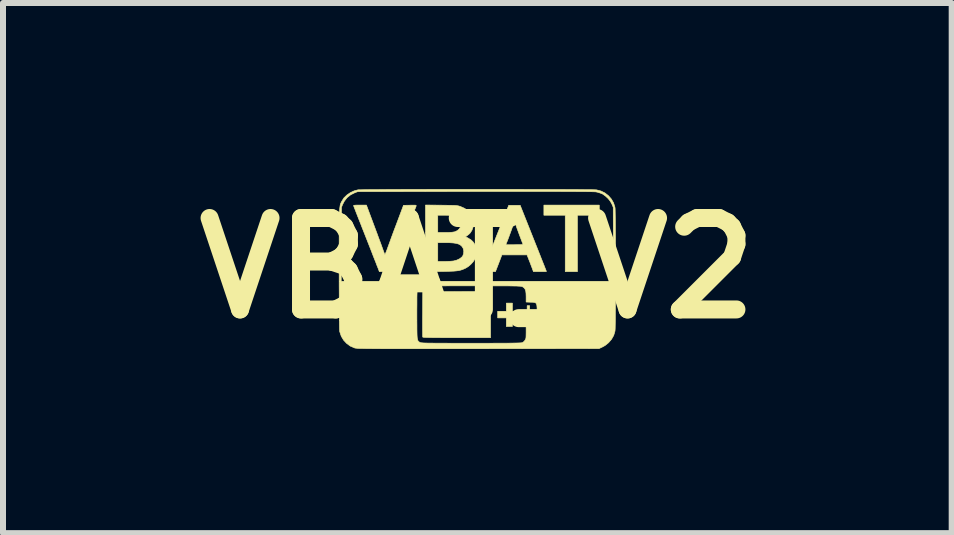
<source format=kicad_pcb>
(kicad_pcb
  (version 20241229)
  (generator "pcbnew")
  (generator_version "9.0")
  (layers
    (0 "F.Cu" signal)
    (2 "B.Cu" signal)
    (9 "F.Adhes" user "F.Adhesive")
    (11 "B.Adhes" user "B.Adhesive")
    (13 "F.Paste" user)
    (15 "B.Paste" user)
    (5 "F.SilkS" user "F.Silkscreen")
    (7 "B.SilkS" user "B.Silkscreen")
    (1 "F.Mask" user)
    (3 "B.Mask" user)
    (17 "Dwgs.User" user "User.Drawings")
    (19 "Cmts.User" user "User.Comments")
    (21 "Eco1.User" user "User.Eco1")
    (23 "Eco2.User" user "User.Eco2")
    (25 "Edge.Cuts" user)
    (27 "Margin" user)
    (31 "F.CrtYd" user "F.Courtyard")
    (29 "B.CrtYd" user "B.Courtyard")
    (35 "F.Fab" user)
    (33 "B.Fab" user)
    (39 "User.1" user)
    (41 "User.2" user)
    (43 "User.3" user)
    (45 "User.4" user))
  (footprint "VBAT_V2"
    (layer "F.Cu")
    (at 4.906 1.418)
    (property "Reference" "VBAT_V2" (at 0 0 0) (layer "F.SilkS") (effects (font (size 1.524 1.524) (thickness 0.3))))
    (attr through_hole)
    (fp_poly (pts (xy 2.032 -0.881) (xy 1.668 -0.881) (xy 1.668 0.059) (xy 1.465 0.059) (xy 1.465 -0.881) (xy 1.109 -0.881) (xy 1.109 -1.05) (xy 2.032 -1.05) (xy 2.032 -0.881)) (stroke (width 0.01) (type solid)) (fill yes) (layer "F.SilkS"))
    (fp_poly (pts (xy 0.584 0.72) (xy 0.728 0.72) (xy 0.728 0.83) (xy 0.584 0.83) (xy 0.584 0.974) (xy 0.483 0.974) (xy 0.483 0.83) (xy 0.339 0.83) (xy 0.339 0.72) (xy 0.483 0.72) (xy 0.483 0.584) (xy 0.584 0.584) (xy 0.584 0.72)) (stroke (width 0.01) (type solid)) (fill yes) (layer "F.SilkS"))
    (fp_poly (pts (xy 0.87 0.777) (xy 0.869 0.831) (xy 0.868 0.87) (xy 0.867 0.897) (xy 0.865 0.914) (xy 0.861 0.923) (xy 0.857 0.928) (xy 0.85 0.93) (xy 0.849 0.93) (xy 0.83 0.933) (xy 0.83 0.627) (xy 0.872 0.627) (xy 0.87 0.777)) (stroke (width 0.01) (type solid)) (fill yes) (layer "F.SilkS"))
    (fp_poly (pts (xy 0.22 1.16) (xy -0.343 1.16) (xy -0.459 1.16) (xy -0.56 1.16) (xy -0.645 1.159) (xy -0.716 1.159) (xy -0.775 1.158) (xy -0.821 1.157) (xy -0.857 1.156) (xy -0.883 1.155) (xy -0.9 1.153) (xy -0.908 1.151) (xy -0.911 1.149) (xy -0.911 1.139) (xy -0.912 1.113) (xy -0.912 1.074) (xy -0.913 1.024) (xy -0.913 0.963) (xy -0.913 0.895) (xy -0.913 0.82) (xy -0.912 0.766) (xy -0.91 0.394) (xy -0.345 0.392) (xy 0.22 0.389) (xy 0.22 1.16)) (stroke (width 0.01) (type solid)) (fill yes) (layer "F.SilkS"))
    (fp_poly (pts (xy -1.725 -0.718) (xy -1.697 -0.643) (xy -1.67 -0.571) (xy -1.645 -0.502) (xy -1.622 -0.441) (xy -1.602 -0.387) (xy -1.587 -0.345) (xy -1.576 -0.315) (xy -1.574 -0.309) (xy -1.562 -0.275) (xy -1.551 -0.248) (xy -1.544 -0.23) (xy -1.541 -0.226) (xy -1.537 -0.232) (xy -1.528 -0.251) (xy -1.516 -0.28) (xy -1.501 -0.319) (xy -1.492 -0.345) (xy -1.478 -0.383) (xy -1.459 -0.435) (xy -1.437 -0.496) (xy -1.412 -0.564) (xy -1.385 -0.637) (xy -1.357 -0.71) (xy -1.339 -0.758) (xy -1.231 -1.046) (xy -1.123 -1.048) (xy -1.079 -1.049) (xy -1.048 -1.049) (xy -1.03 -1.048) (xy -1.021 -1.045) (xy -1.019 -1.04) (xy -1.02 -1.035) (xy -1.023 -1.025) (xy -1.033 -1) (xy -1.048 -0.963) (xy -1.067 -0.913) (xy -1.09 -0.853) (xy -1.117 -0.784) (xy -1.148 -0.707) (xy -1.18 -0.623) (xy -1.215 -0.535) (xy -1.235 -0.483) (xy -1.446 0.055) (xy -1.633 0.06) (xy -1.658 -0.006) (xy -1.665 -0.023) (xy -1.677 -0.053) (xy -1.693 -0.096) (xy -1.714 -0.148) (xy -1.738 -0.209) (xy -1.764 -0.277) (xy -1.793 -0.351) (xy -1.823 -0.427) (xy -1.854 -0.506) (xy -1.885 -0.585) (xy -1.916 -0.663) (xy -1.945 -0.738) (xy -1.973 -0.808) (xy -1.998 -0.872) (xy -2.02 -0.928) (xy -2.038 -0.975) (xy -2.052 -1.01) (xy -2.06 -1.032) (xy -2.063 -1.039) (xy -2.061 -1.044) (xy -2.049 -1.047) (xy -2.026 -1.049) (xy -1.989 -1.05) (xy -1.958 -1.05) (xy -1.849 -1.05) (xy -1.725 -0.718)) (stroke (width 0.01) (type solid)) (fill yes) (layer "F.SilkS"))
    (fp_poly (pts (xy 0.933 -0.495) (xy 0.969 -0.404) (xy 1.004 -0.317) (xy 1.036 -0.236) (xy 1.065 -0.162) (xy 1.091 -0.097) (xy 1.113 -0.042) (xy 1.13 0.002) (xy 1.143 0.034) (xy 1.15 0.053) (xy 1.151 0.057) (xy 1.144 0.058) (xy 1.122 0.059) (xy 1.09 0.059) (xy 1.05 0.059) (xy 1.043 0.059) (xy 0.935 0.059) (xy 0.923 0.028) (xy 0.916 0.008) (xy 0.904 -0.024) (xy 0.889 -0.063) (xy 0.873 -0.106) (xy 0.87 -0.112) (xy 0.828 -0.22) (xy 0.409 -0.22) (xy 0.356 -0.08) (xy 0.302 0.059) (xy 0.194 0.059) (xy 0.153 0.059) (xy 0.119 0.059) (xy 0.095 0.058) (xy 0.085 0.057) (xy 0.085 0.057) (xy 0.088 0.049) (xy 0.097 0.027) (xy 0.111 -0.009) (xy 0.13 -0.057) (xy 0.153 -0.115) (xy 0.18 -0.183) (xy 0.21 -0.258) (xy 0.243 -0.341) (xy 0.262 -0.389) (xy 0.474 -0.389) (xy 0.619 -0.389) (xy 0.672 -0.39) (xy 0.71 -0.39) (xy 0.735 -0.391) (xy 0.75 -0.393) (xy 0.757 -0.396) (xy 0.759 -0.401) (xy 0.758 -0.404) (xy 0.747 -0.432) (xy 0.732 -0.472) (xy 0.714 -0.519) (xy 0.695 -0.57) (xy 0.677 -0.619) (xy 0.661 -0.662) (xy 0.649 -0.696) (xy 0.648 -0.701) (xy 0.636 -0.732) (xy 0.626 -0.756) (xy 0.618 -0.769) (xy 0.617 -0.77) (xy 0.61 -0.764) (xy 0.61 -0.762) (xy 0.607 -0.751) (xy 0.599 -0.728) (xy 0.588 -0.694) (xy 0.574 -0.654) (xy 0.558 -0.609) (xy 0.541 -0.563) (xy 0.525 -0.519) (xy 0.51 -0.479) (xy 0.497 -0.446) (xy 0.492 -0.434) (xy 0.474 -0.389) (xy 0.262 -0.389) (xy 0.278 -0.429) (xy 0.304 -0.495) (xy 0.523 -1.046) (xy 0.714 -1.046) (xy 0.933 -0.495)) (stroke (width 0.01) (type solid)) (fill yes) (layer "F.SilkS"))
    (fp_poly (pts (xy -0.599 -1.048) (xy -0.524 -1.047) (xy -0.465 -1.046) (xy -0.417 -1.045) (xy -0.381 -1.044) (xy -0.352 -1.042) (xy -0.331 -1.039) (xy -0.313 -1.036) (xy -0.297 -1.031) (xy -0.281 -1.026) (xy -0.209 -0.993) (xy -0.151 -0.952) (xy -0.107 -0.903) (xy -0.079 -0.846) (xy -0.065 -0.781) (xy -0.064 -0.754) (xy -0.07 -0.686) (xy -0.091 -0.628) (xy -0.124 -0.579) (xy -0.163 -0.546) (xy -0.197 -0.523) (xy -0.151 -0.498) (xy -0.106 -0.47) (xy -0.073 -0.439) (xy -0.047 -0.402) (xy -0.037 -0.383) (xy -0.026 -0.359) (xy -0.02 -0.338) (xy -0.017 -0.314) (xy -0.018 -0.282) (xy -0.018 -0.264) (xy -0.022 -0.218) (xy -0.029 -0.181) (xy -0.041 -0.15) (xy -0.042 -0.148) (xy -0.07 -0.105) (xy -0.109 -0.062) (xy -0.154 -0.024) (xy -0.197 0.002) (xy -0.225 0.015) (xy -0.253 0.026) (xy -0.281 0.035) (xy -0.312 0.042) (xy -0.349 0.047) (xy -0.393 0.051) (xy -0.447 0.053) (xy -0.513 0.055) (xy -0.593 0.057) (xy -0.607 0.057) (xy -0.864 0.061) (xy -0.864 -0.423) (xy -0.66 -0.423) (xy -0.66 -0.11) (xy -0.552 -0.11) (xy -0.505 -0.111) (xy -0.459 -0.113) (xy -0.42 -0.116) (xy -0.393 -0.119) (xy -0.342 -0.133) (xy -0.297 -0.154) (xy -0.262 -0.18) (xy -0.244 -0.201) (xy -0.23 -0.239) (xy -0.226 -0.283) (xy -0.235 -0.324) (xy -0.242 -0.339) (xy -0.261 -0.366) (xy -0.285 -0.386) (xy -0.315 -0.401) (xy -0.354 -0.412) (xy -0.404 -0.419) (xy -0.467 -0.423) (xy -0.53 -0.423) (xy -0.66 -0.423) (xy -0.864 -0.423) (xy -0.864 -0.881) (xy -0.66 -0.881) (xy -0.66 -0.593) (xy -0.539 -0.593) (xy -0.474 -0.594) (xy -0.423 -0.597) (xy -0.386 -0.603) (xy -0.375 -0.605) (xy -0.331 -0.626) (xy -0.299 -0.656) (xy -0.279 -0.693) (xy -0.271 -0.734) (xy -0.278 -0.775) (xy -0.298 -0.815) (xy -0.312 -0.83) (xy -0.333 -0.848) (xy -0.358 -0.861) (xy -0.389 -0.87) (xy -0.429 -0.876) (xy -0.48 -0.88) (xy -0.546 -0.881) (xy -0.66 -0.881) (xy -0.864 -0.881) (xy -0.864 -1.051) (xy -0.599 -1.048)) (stroke (width 0.01) (type solid)) (fill yes) (layer "F.SilkS"))
    (fp_poly (pts (xy 0.122 -1.312) (xy 0.281 -1.312) (xy 0.439 -1.312) (xy 0.595 -1.312) (xy 0.747 -1.312) (xy 0.894 -1.311) (xy 1.037 -1.311) (xy 1.172 -1.311) (xy 1.301 -1.31) (xy 1.422 -1.31) (xy 1.533 -1.309) (xy 1.635 -1.309) (xy 1.725 -1.308) (xy 1.804 -1.307) (xy 1.87 -1.307) (xy 1.922 -1.306) (xy 1.959 -1.305) (xy 1.981 -1.304) (xy 1.985 -1.304) (xy 2.059 -1.285) (xy 2.126 -1.252) (xy 2.185 -1.206) (xy 2.234 -1.15) (xy 2.271 -1.085) (xy 2.294 -1.013) (xy 2.294 -1.008) (xy 2.296 -0.993) (xy 2.297 -0.962) (xy 2.298 -0.916) (xy 2.299 -0.858) (xy 2.3 -0.788) (xy 2.301 -0.708) (xy 2.301 -0.618) (xy 2.302 -0.521) (xy 2.302 -0.417) (xy 2.303 -0.309) (xy 2.303 -0.196) (xy 2.303 -0.081) (xy 2.303 0.035) (xy 2.303 0.151) (xy 2.303 0.266) (xy 2.303 0.377) (xy 2.302 0.485) (xy 2.302 0.587) (xy 2.301 0.683) (xy 2.3 0.77) (xy 2.3 0.848) (xy 2.299 0.916) (xy 2.298 0.971) (xy 2.297 1.013) (xy 2.295 1.041) (xy 2.294 1.051) (xy 2.273 1.122) (xy 2.236 1.187) (xy 2.187 1.244) (xy 2.127 1.292) (xy 2.085 1.315) (xy 2.028 1.342) (xy 0.013 1.344) (xy -0.206 1.344) (xy -0.408 1.344) (xy -0.594 1.344) (xy -0.766 1.344) (xy -0.923 1.344) (xy -1.066 1.344) (xy -1.197 1.344) (xy -1.315 1.344) (xy -1.421 1.344) (xy -1.516 1.344) (xy -1.6 1.344) (xy -1.675 1.343) (xy -1.741 1.343) (xy -1.798 1.342) (xy -1.847 1.342) (xy -1.889 1.341) (xy -1.924 1.34) (xy -1.954 1.34) (xy -1.978 1.339) (xy -1.997 1.338) (xy -2.013 1.336) (xy -2.025 1.335) (xy -2.034 1.334) (xy -2.042 1.332) (xy -2.048 1.331) (xy -2.049 1.33) (xy -2.118 1.3) (xy -2.179 1.255) (xy -2.23 1.2) (xy -2.268 1.136) (xy -2.292 1.065) (xy -2.294 1.06) (xy -2.295 1.046) (xy -2.297 1.019) (xy -2.298 0.978) (xy -2.299 0.925) (xy -2.3 0.857) (xy -2.301 0.775) (xy -2.301 0.772) (xy -1.008 0.772) (xy -1.008 0.869) (xy -1.007 0.951) (xy -1.007 1.018) (xy -1.006 1.073) (xy -1.005 1.117) (xy -1.003 1.151) (xy -1 1.177) (xy -0.995 1.196) (xy -0.99 1.21) (xy -0.983 1.22) (xy -0.975 1.227) (xy -0.965 1.234) (xy -0.958 1.239) (xy -0.953 1.241) (xy -0.946 1.243) (xy -0.935 1.245) (xy -0.92 1.246) (xy -0.899 1.248) (xy -0.872 1.249) (xy -0.837 1.25) (xy -0.794 1.251) (xy -0.741 1.251) (xy -0.678 1.252) (xy -0.603 1.252) (xy -0.516 1.252) (xy -0.415 1.253) (xy -0.3 1.253) (xy -0.17 1.253) (xy -0.102 1.253) (xy 0.043 1.253) (xy 0.171 1.253) (xy 0.283 1.252) (xy 0.382 1.252) (xy 0.466 1.252) (xy 0.538 1.251) (xy 0.598 1.25) (xy 0.647 1.249) (xy 0.686 1.248) (xy 0.715 1.247) (xy 0.735 1.245) (xy 0.748 1.244) (xy 0.753 1.242) (xy 0.772 1.228) (xy 0.791 1.207) (xy 0.793 1.203) (xy 0.802 1.189) (xy 0.808 1.173) (xy 0.811 1.153) (xy 0.812 1.124) (xy 0.813 1.082) (xy 0.813 1.078) (xy 0.813 0.982) (xy 0.888 0.982) (xy 0.925 0.982) (xy 0.948 0.98) (xy 0.963 0.976) (xy 0.973 0.969) (xy 0.982 0.959) (xy 0.988 0.951) (xy 0.993 0.941) (xy 0.996 0.928) (xy 0.998 0.909) (xy 0.998 0.881) (xy 0.998 0.842) (xy 0.998 0.79) (xy 0.997 0.769) (xy 0.996 0.706) (xy 0.995 0.659) (xy 0.992 0.624) (xy 0.986 0.6) (xy 0.976 0.584) (xy 0.961 0.576) (xy 0.941 0.571) (xy 0.912 0.569) (xy 0.889 0.569) (xy 0.813 0.566) (xy 0.813 0.475) (xy 0.811 0.421) (xy 0.806 0.38) (xy 0.795 0.351) (xy 0.778 0.329) (xy 0.754 0.312) (xy 0.753 0.312) (xy 0.748 0.309) (xy 0.741 0.307) (xy 0.731 0.305) (xy 0.719 0.303) (xy 0.702 0.302) (xy 0.679 0.301) (xy 0.65 0.299) (xy 0.613 0.299) (xy 0.567 0.298) (xy 0.512 0.297) (xy 0.447 0.297) (xy 0.369 0.297) (xy 0.279 0.297) (xy 0.176 0.296) (xy 0.057 0.296) (xy -0.077 0.296) (xy -0.095 0.296) (xy -0.235 0.296) (xy -0.358 0.296) (xy -0.466 0.296) (xy -0.561 0.297) (xy -0.642 0.297) (xy -0.712 0.298) (xy -0.771 0.299) (xy -0.82 0.3) (xy -0.86 0.301) (xy -0.892 0.303) (xy -0.918 0.306) (xy -0.937 0.309) (xy -0.952 0.313) (xy -0.963 0.317) (xy -0.971 0.322) (xy -0.977 0.328) (xy -0.983 0.335) (xy -0.989 0.342) (xy -0.989 0.343) (xy -0.993 0.349) (xy -0.997 0.355) (xy -1 0.363) (xy -1.002 0.375) (xy -1.004 0.392) (xy -1.005 0.416) (xy -1.006 0.448) (xy -1.007 0.489) (xy -1.007 0.542) (xy -1.007 0.607) (xy -1.008 0.686) (xy -1.008 0.772) (xy -2.301 0.772) (xy -2.301 0.678) (xy -2.302 0.566) (xy -2.302 0.439) (xy -2.303 0.296) (xy -2.303 0.22) (xy -2.269 0.22) (xy 2.27 0.22) (xy 2.267 -0.396) (xy 2.265 -1.012) (xy 2.245 -1.061) (xy 2.219 -1.109) (xy 2.182 -1.157) (xy 2.137 -1.199) (xy 2.091 -1.232) (xy 2.082 -1.237) (xy 2.046 -1.251) (xy 2.004 -1.264) (xy 1.975 -1.27) (xy 1.96 -1.271) (xy 1.93 -1.272) (xy 1.885 -1.273) (xy 1.824 -1.274) (xy 1.748 -1.275) (xy 1.657 -1.275) (xy 1.549 -1.276) (xy 1.426 -1.276) (xy 1.287 -1.277) (xy 1.131 -1.277) (xy 0.96 -1.277) (xy 0.772 -1.277) (xy 0.568 -1.277) (xy 0.347 -1.277) (xy 0.109 -1.277) (xy -0.038 -1.277) (xy -1.994 -1.274) (xy -2.042 -1.256) (xy -2.112 -1.221) (xy -2.171 -1.174) (xy -2.217 -1.115) (xy -2.246 -1.059) (xy -2.265 -1.012) (xy -2.267 -0.396) (xy -2.269 0.22) (xy -2.303 0.22) (xy -2.303 0.136) (xy -2.303 0.014) (xy -2.303 -0.14) (xy -2.303 -0.278) (xy -2.303 -0.401) (xy -2.303 -0.51) (xy -2.302 -0.606) (xy -2.302 -0.69) (xy -2.301 -0.762) (xy -2.3 -0.825) (xy -2.299 -0.878) (xy -2.298 -0.922) (xy -2.296 -0.959) (xy -2.294 -0.99) (xy -2.291 -1.015) (xy -2.288 -1.036) (xy -2.285 -1.053) (xy -2.281 -1.067) (xy -2.276 -1.08) (xy -2.271 -1.091) (xy -2.265 -1.103) (xy -2.259 -1.114) (xy -2.224 -1.169) (xy -2.175 -1.217) (xy -2.117 -1.257) (xy -2.053 -1.287) (xy -1.99 -1.304) (xy -1.975 -1.305) (xy -1.945 -1.305) (xy -1.899 -1.306) (xy -1.84 -1.307) (xy -1.767 -1.308) (xy -1.681 -1.308) (xy -1.585 -1.309) (xy -1.478 -1.31) (xy -1.361 -1.31) (xy -1.236 -1.311) (xy -1.104 -1.311) (xy -0.964 -1.311) (xy -0.819 -1.312) (xy -0.669 -1.312) (xy -0.515 -1.312) (xy -0.358 -1.312) (xy -0.199 -1.312) (xy -0.039 -1.312) (xy 0.122 -1.312)) (stroke (width 0.01) (type solid)) (fill yes) (layer "F.SilkS")))
  (gr_rect
    (start -3 -3)
    (end 12.812 5.836)
    (stroke (width 0.1) (type default))
    (fill no)
    (layer "Edge.Cuts")))
</source>
